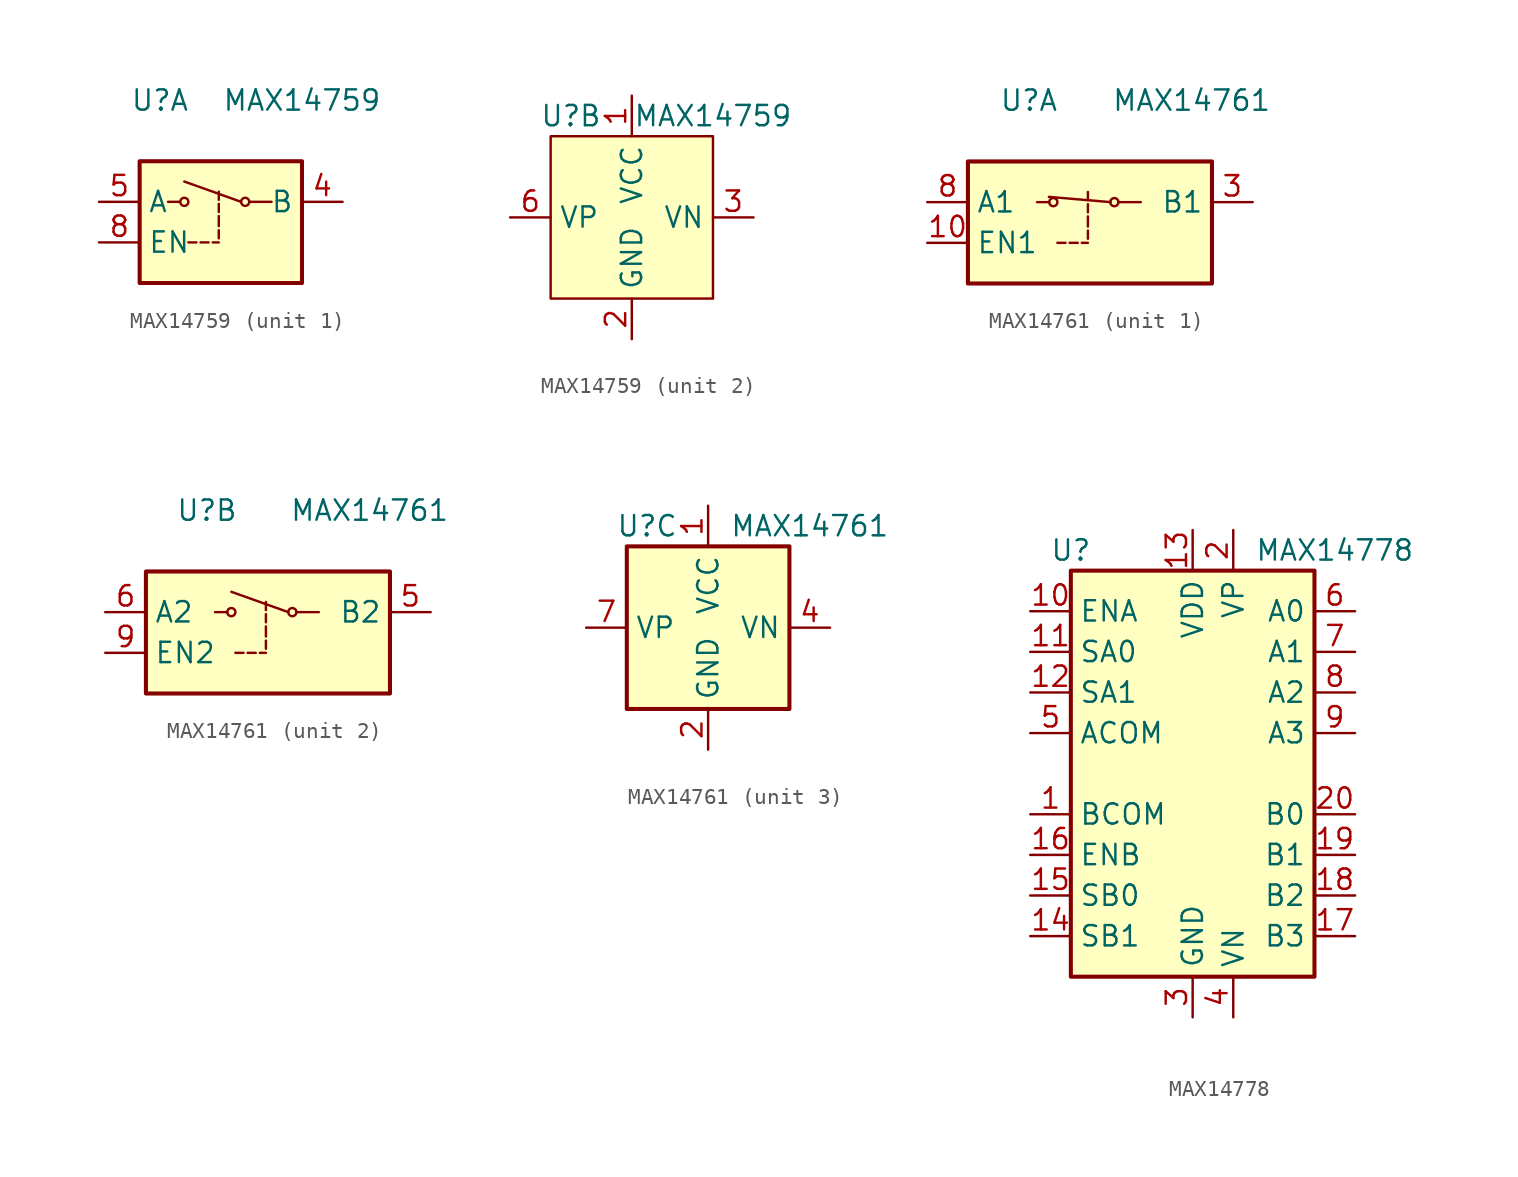
<source format=kicad_sym>
(kicad_symbol_lib
  (version 20201005)
  (generator kicad_symbol_editor)
  (symbol "Analog_Switch:MAX14759"
    (property "Reference" "U"
      (at -3.81 6.35 0)
      (effects (font (size 1.27 1.27))))
    (property "Value" "MAX14759"
      (at 5.08 6.35 0)
      (effects (font (size 1.27 1.27))))
    (property "ki_locked" ""
      (at 0 0 0)
      (effects (font (size 1.27 1.27))))
    (symbol "MAX14759_1_1"
      (circle (center -2.286 0) (radius 0.254) (stroke (width 0)) (fill (type none)))
      (circle (center 1.524 0) (radius 0.254) (stroke (width 0)) (fill (type none)))
      (rectangle (start -5.08 -5.08) (end 5.08 2.54) (stroke (width 0.254)) (fill (type background)))
      (polyline (pts (xy -3.302 0) (xy -2.54 0)) (stroke (width 0)) (fill (type none)))
      (polyline (pts (xy -2.032 -2.54) (xy -1.524 -2.54)) (stroke (width 0)) (fill (type none)))
      (polyline (pts (xy -1.27 -2.54) (xy -0.762 -2.54)) (stroke (width 0)) (fill (type none)))
      (polyline (pts (xy -0.508 -2.54) (xy -0.127 -2.54)) (stroke (width 0)) (fill (type none)))
      (polyline (pts (xy -0.127 -2.286) (xy -0.127 -1.778)) (stroke (width 0)) (fill (type none)))
      (polyline (pts (xy -0.127 -1.524) (xy -0.127 -0.889)) (stroke (width 0)) (fill (type none)))
      (polyline (pts (xy -0.127 -0.635) (xy -0.127 -0.127)) (stroke (width 0)) (fill (type none)))
      (polyline (pts (xy -0.127 0.127) (xy -0.127 0.635)) (stroke (width 0)) (fill (type none)))
      (polyline (pts (xy 1.27 0) (xy -2.286 1.27)) (stroke (width 0)) (fill (type none)))
      (polyline (pts (xy 3.175 0) (xy 1.778 0)) (stroke (width 0)) (fill (type none)))
      (pin passive line (at 7.62 0 180) (length 2.54) (name "B" (effects (font (size 1.27 1.27)))) (number "4" (effects (font (size 1.27 1.27)))))
      (pin passive line (at -7.62 0 0) (length 2.54) (name "A" (effects (font (size 1.27 1.27)))) (number "5" (effects (font (size 1.27 1.27)))))
      (pin input line (at -7.62 -2.54 0) (length 2.54) (name "EN" (effects (font (size 1.27 1.27)))) (number "8" (effects (font (size 1.27 1.27))))))
    (symbol "MAX14759_2_1"
      (rectangle (start -5.08 5.08) (end 5.08 -5.08) (stroke (width 0)) (fill (type background)))
      (pin power_in line (at 0 7.62 270) (length 2.54) (name "VCC" (effects (font (size 1.27 1.27)))) (number "1" (effects (font (size 1.27 1.27)))))
      (pin power_in line (at 0 -7.62 90) (length 2.54) (name "GND" (effects (font (size 1.27 1.27)))) (number "2" (effects (font (size 1.27 1.27)))))
      (pin passive line (at 7.62 0 180) (length 2.54) (name "VN" (effects (font (size 1.27 1.27)))) (number "3" (effects (font (size 1.27 1.27)))))
      (pin passive line (at -7.62 0 0) (length 2.54) (name "VP" (effects (font (size 1.27 1.27)))) (number "6" (effects (font (size 1.27 1.27)))))
      (pin no_connect line (at -2.54 2.54 180) (length 2.54) hide (name "NC" (effects (font (size 1.27 1.27)))) (number "7" (effects (font (size 1.27 1.27)))))
      (pin passive line (at 7.62 0 180) (length 2.54) hide (name "VN" (effects (font (size 1.27 1.27)))) (number "9" (effects (font (size 1.27 1.27)))))))
  (symbol "Analog_Switch:MAX14761"
    (property "Reference" "U"
      (at -3.81 6.35 0)
      (effects (font (size 1.27 1.27))))
    (property "Value" "MAX14761"
      (at 6.35 6.35 0)
      (effects (font (size 1.27 1.27))))
    (property "ki_locked" ""
      (at 0 0 0)
      (effects (font (size 1.27 1.27))))
    (symbol "MAX14761_1_1"
      (circle (center -2.286 0) (radius 0.254) (stroke (width 0)) (fill (type none)))
      (circle (center 1.524 0) (radius 0.254) (stroke (width 0)) (fill (type none)))
      (rectangle (start -7.62 2.54) (end 7.62 -5.08) (stroke (width 0.254)) (fill (type background)))
      (polyline (pts (xy -3.302 0) (xy -2.54 0)) (stroke (width 0)) (fill (type none)))
      (polyline (pts (xy -2.032 -2.54) (xy -1.524 -2.54)) (stroke (width 0)) (fill (type none)))
      (polyline (pts (xy -1.27 -2.54) (xy -0.762 -2.54)) (stroke (width 0)) (fill (type none)))
      (polyline (pts (xy -0.508 -2.54) (xy -0.127 -2.54)) (stroke (width 0)) (fill (type none)))
      (polyline (pts (xy -0.127 -2.286) (xy -0.127 -1.778)) (stroke (width 0)) (fill (type none)))
      (polyline (pts (xy -0.127 -1.524) (xy -0.127 -0.889)) (stroke (width 0)) (fill (type none)))
      (polyline (pts (xy -0.127 -0.635) (xy -0.127 -0.127)) (stroke (width 0)) (fill (type none)))
      (polyline (pts (xy -0.127 0.127) (xy -0.127 0.635)) (stroke (width 0)) (fill (type none)))
      (polyline (pts (xy 1.295 0) (xy -2.565 0.33)) (stroke (width 0)) (fill (type none)))
      (polyline (pts (xy 3.175 0) (xy 1.778 0)) (stroke (width 0)) (fill (type none)))
      (pin input line (at -10.16 -2.54 0) (length 2.54) (name "EN1" (effects (font (size 1.27 1.27)))) (number "10" (effects (font (size 1.27 1.27)))))
      (pin passive line (at 10.16 0 180) (length 2.54) (name "B1" (effects (font (size 1.27 1.27)))) (number "3" (effects (font (size 1.27 1.27)))))
      (pin passive line (at -10.16 0 0) (length 2.54) (name "A1" (effects (font (size 1.27 1.27)))) (number "8" (effects (font (size 1.27 1.27))))))
    (symbol "MAX14761_2_1"
      (circle (center -2.286 0) (radius 0.254) (stroke (width 0)) (fill (type none)))
      (circle (center 1.524 0) (radius 0.254) (stroke (width 0)) (fill (type none)))
      (rectangle (start -7.62 -5.08) (end 7.62 2.54) (stroke (width 0.254)) (fill (type background)))
      (polyline (pts (xy -3.302 0) (xy -2.54 0)) (stroke (width 0)) (fill (type none)))
      (polyline (pts (xy -2.032 -2.54) (xy -1.524 -2.54)) (stroke (width 0)) (fill (type none)))
      (polyline (pts (xy -1.27 -2.54) (xy -0.762 -2.54)) (stroke (width 0)) (fill (type none)))
      (polyline (pts (xy -0.508 -2.54) (xy -0.127 -2.54)) (stroke (width 0)) (fill (type none)))
      (polyline (pts (xy -0.127 -2.286) (xy -0.127 -1.778)) (stroke (width 0)) (fill (type none)))
      (polyline (pts (xy -0.127 -1.524) (xy -0.127 -0.889)) (stroke (width 0)) (fill (type none)))
      (polyline (pts (xy -0.127 -0.635) (xy -0.127 -0.127)) (stroke (width 0)) (fill (type none)))
      (polyline (pts (xy -0.127 0.127) (xy -0.127 0.635)) (stroke (width 0)) (fill (type none)))
      (polyline (pts (xy 1.27 0) (xy -2.286 1.27)) (stroke (width 0)) (fill (type none)))
      (polyline (pts (xy 3.175 0) (xy 1.778 0)) (stroke (width 0)) (fill (type none)))
      (pin passive line (at 10.16 0 180) (length 2.54) (name "B2" (effects (font (size 1.27 1.27)))) (number "5" (effects (font (size 1.27 1.27)))))
      (pin passive line (at -10.16 0 0) (length 2.54) (name "A2" (effects (font (size 1.27 1.27)))) (number "6" (effects (font (size 1.27 1.27)))))
      (pin input line (at -10.16 -2.54 0) (length 2.54) (name "EN2" (effects (font (size 1.27 1.27)))) (number "9" (effects (font (size 1.27 1.27))))))
    (symbol "MAX14761_3_1"
      (rectangle (start -5.08 5.08) (end 5.08 -5.08) (stroke (width 0.254)) (fill (type background)))
      (pin power_in line (at 0 7.62 270) (length 2.54) (name "VCC" (effects (font (size 1.27 1.27)))) (number "1" (effects (font (size 1.27 1.27)))))
      (pin passive line (at 7.62 0 180) (length 2.54) hide (name "VN" (effects (font (size 1.27 1.27)))) (number "11" (effects (font (size 1.27 1.27)))))
      (pin power_in line (at 0 -7.62 90) (length 2.54) (name "GND" (effects (font (size 1.27 1.27)))) (number "2" (effects (font (size 1.27 1.27)))))
      (pin passive line (at 7.62 0 180) (length 2.54) (name "VN" (effects (font (size 1.27 1.27)))) (number "4" (effects (font (size 1.27 1.27)))))
      (pin passive line (at -7.62 0 0) (length 2.54) (name "VP" (effects (font (size 1.27 1.27)))) (number "7" (effects (font (size 1.27 1.27)))))))
  (symbol "Analog_Switch:MAX14778"
    (property "Reference" "U"
      (at -7.62 13.97 0)
      (effects (font (size 1.27 1.27))))
    (property "Value" "MAX14778"
      (at 8.89 13.97 0)
      (effects (font (size 1.27 1.27))))
    (symbol "MAX14778_0_1"
      (rectangle (start -7.62 12.7) (end 7.62 -12.7) (stroke (width 0.254)) (fill (type background))))
    (symbol "MAX14778_1_1"
      (pin passive line (at -10.16 -2.54 0) (length 2.54) (name "BCOM" (effects (font (size 1.27 1.27)))) (number "1" (effects (font (size 1.27 1.27)))))
      (pin input line (at -10.16 10.16 0) (length 2.54) (name "ENA" (effects (font (size 1.27 1.27)))) (number "10" (effects (font (size 1.27 1.27)))))
      (pin input line (at -10.16 7.62 0) (length 2.54) (name "SA0" (effects (font (size 1.27 1.27)))) (number "11" (effects (font (size 1.27 1.27)))))
      (pin input line (at -10.16 5.08 0) (length 2.54) (name "SA1" (effects (font (size 1.27 1.27)))) (number "12" (effects (font (size 1.27 1.27)))))
      (pin power_in line (at 0 15.24 270) (length 2.54) (name "VDD" (effects (font (size 1.27 1.27)))) (number "13" (effects (font (size 1.27 1.27)))))
      (pin input line (at -10.16 -10.16 0) (length 2.54) (name "SB1" (effects (font (size 1.27 1.27)))) (number "14" (effects (font (size 1.27 1.27)))))
      (pin input line (at -10.16 -7.62 0) (length 2.54) (name "SB0" (effects (font (size 1.27 1.27)))) (number "15" (effects (font (size 1.27 1.27)))))
      (pin input line (at -10.16 -5.08 0) (length 2.54) (name "ENB" (effects (font (size 1.27 1.27)))) (number "16" (effects (font (size 1.27 1.27)))))
      (pin passive line (at 10.16 -10.16 180) (length 2.54) (name "B3" (effects (font (size 1.27 1.27)))) (number "17" (effects (font (size 1.27 1.27)))))
      (pin passive line (at 10.16 -7.62 180) (length 2.54) (name "B2" (effects (font (size 1.27 1.27)))) (number "18" (effects (font (size 1.27 1.27)))))
      (pin passive line (at 10.16 -5.08 180) (length 2.54) (name "B1" (effects (font (size 1.27 1.27)))) (number "19" (effects (font (size 1.27 1.27)))))
      (pin passive line (at 2.54 15.24 270) (length 2.54) (name "VP" (effects (font (size 1.27 1.27)))) (number "2" (effects (font (size 1.27 1.27)))))
      (pin passive line (at 10.16 -2.54 180) (length 2.54) (name "B0" (effects (font (size 1.27 1.27)))) (number "20" (effects (font (size 1.27 1.27)))))
      (pin passive line (at 2.54 -15.24 90) (length 2.54) hide (name "VN" (effects (font (size 1.27 1.27)))) (number "21" (effects (font (size 1.27 1.27)))))
      (pin power_in line (at 0 -15.24 90) (length 2.54) (name "GND" (effects (font (size 1.27 1.27)))) (number "3" (effects (font (size 1.27 1.27)))))
      (pin passive line (at 2.54 -15.24 90) (length 2.54) (name "VN" (effects (font (size 1.27 1.27)))) (number "4" (effects (font (size 1.27 1.27)))))
      (pin passive line (at -10.16 2.54 0) (length 2.54) (name "ACOM" (effects (font (size 1.27 1.27)))) (number "5" (effects (font (size 1.27 1.27)))))
      (pin passive line (at 10.16 10.16 180) (length 2.54) (name "A0" (effects (font (size 1.27 1.27)))) (number "6" (effects (font (size 1.27 1.27)))))
      (pin passive line (at 10.16 7.62 180) (length 2.54) (name "A1" (effects (font (size 1.27 1.27)))) (number "7" (effects (font (size 1.27 1.27)))))
      (pin passive line (at 10.16 5.08 180) (length 2.54) (name "A2" (effects (font (size 1.27 1.27)))) (number "8" (effects (font (size 1.27 1.27)))))
      (pin passive line (at 10.16 2.54 180) (length 2.54) (name "A3" (effects (font (size 1.27 1.27)))) (number "9" (effects (font (size 1.27 1.27))))))))
</source>
